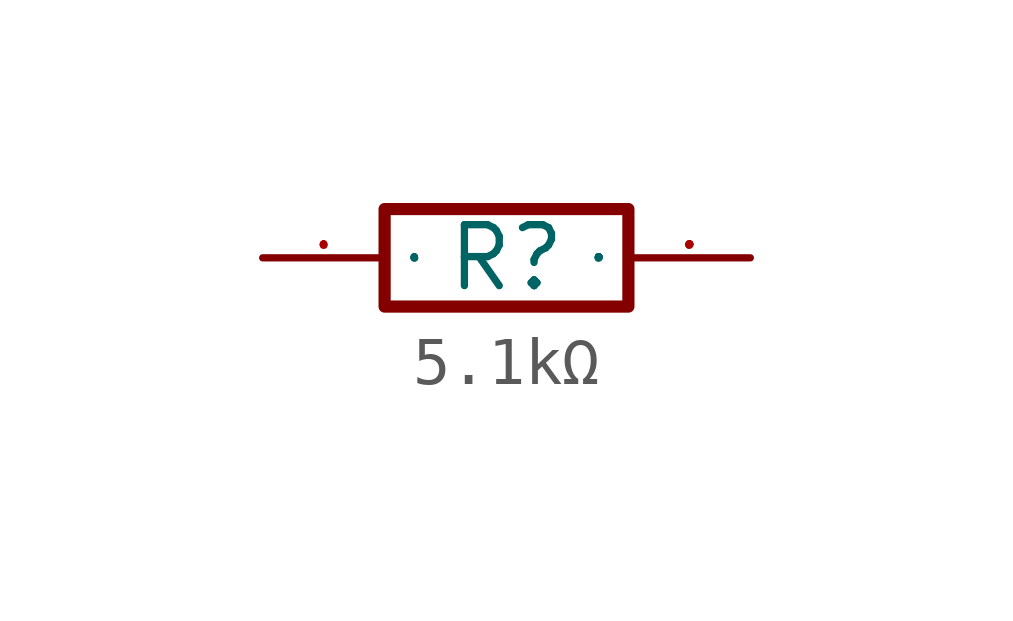
<source format=kicad_sym>
(kicad_symbol_lib
  (version 20241209)
  (generator "kicad_symbol_editor")
  (generator_version "9.0")
  (symbol "5.1kΩ"
    (property "Reference" "R"
      (at 0 0 0)
      (effects (font (size 1.27 1.27))))
    (property "Value" ""
      (at 0 0 0)
      (effects (font (size 1.27 1.27))))
    (symbol "5.1kΩ_1_0"
      (rectangle (start 2.54 -1.016) (end -2.54 1.016) (stroke (width 0.254) (type default)) (fill (type none)))
      (pin unspecified line (at -5.08 0 0) (length 2.54) (name "1" (effects (font (size 0.025 0.025)))) (number "1" (effects (font (size 0.025 0.025)))))
      (pin unspecified line (at 5.08 0 180) (length 2.54) (name "2" (effects (font (size 0.025 0.025)))) (number "2" (effects (font (size 0.025 0.025))))))))
</source>
